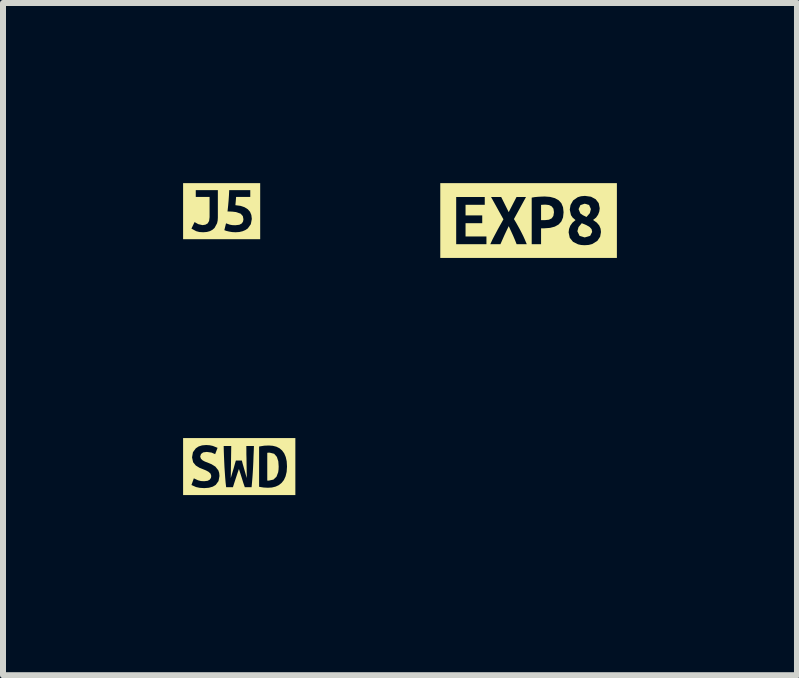
<source format=kicad_pcb>
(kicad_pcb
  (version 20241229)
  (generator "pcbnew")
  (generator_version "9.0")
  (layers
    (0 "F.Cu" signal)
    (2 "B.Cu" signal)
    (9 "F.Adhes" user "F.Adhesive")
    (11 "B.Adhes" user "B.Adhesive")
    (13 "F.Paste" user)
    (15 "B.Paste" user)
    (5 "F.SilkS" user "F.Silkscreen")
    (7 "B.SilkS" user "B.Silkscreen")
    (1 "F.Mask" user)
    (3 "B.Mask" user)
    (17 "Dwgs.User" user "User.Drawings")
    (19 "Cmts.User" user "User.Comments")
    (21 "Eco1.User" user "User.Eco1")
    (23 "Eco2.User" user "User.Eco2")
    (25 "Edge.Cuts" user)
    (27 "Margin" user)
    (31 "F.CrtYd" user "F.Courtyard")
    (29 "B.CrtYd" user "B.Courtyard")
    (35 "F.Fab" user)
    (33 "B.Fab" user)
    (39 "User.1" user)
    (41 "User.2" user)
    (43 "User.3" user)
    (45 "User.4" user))
  (footprint "kibuzzard-631DD065"
    (layer "F.Cu")
    (at 5.755 0.624)
    (property "Reference" "kibuzzard-631DD065" (at 0 -0.623 180) (layer "F.SilkS") (effects (font (size 0.001 0.001) (thickness 0.000003))))
    (attr exclude_from_pos_files exclude_from_bom)
    (fp_poly (pts (xy 0.936 -0.281) (xy 0.864 -0.258) (xy 0.833 -0.191) (xy 0.862 -0.119) (xy 0.903 -0.09) (xy 0.965 -0.06) (xy 1.021 -0.124) (xy 1.038 -0.192) (xy 1.008 -0.259) (xy 0.936 -0.281)) (stroke (width 0) (type solid)) (fill yes) (layer "F.SilkS"))
    (fp_poly (pts (xy 1.059 0.189) (xy 1.05 0.144) (xy 1.019 0.109) (xy 0.965 0.077) (xy 0.886 0.044) (xy 0.832 0.109) (xy 0.813 0.178) (xy 0.849 0.255) (xy 0.935 0.281) (xy 1.026 0.254) (xy 1.059 0.189)) (stroke (width 0) (type solid)) (fill yes) (layer "F.SilkS"))
    (fp_poly (pts (xy 0.286 -0.265) (xy 0.247 -0.264) (xy 0.208 -0.261) (xy 0.208 -0.007) (xy 0.272 -0.007) (xy 0.338 -0.014) (xy 0.385 -0.037) (xy 0.413 -0.077) (xy 0.423 -0.139) (xy 0.414 -0.198) (xy 0.385 -0.236) (xy 0.342 -0.258) (xy 0.286 -0.265)) (stroke (width 0) (type solid)) (fill yes) (layer "F.SilkS"))
    (fp_poly (pts (xy -1.206 -0.623) (xy -1.206 -0.392) (xy -0.73 -0.392) (xy -0.73 -0.262) (xy -1.05 -0.262) (xy -1.05 -0.086) (xy -0.772 -0.086) (xy -0.772 0.044) (xy -1.05 0.044) (xy -1.05 0.265) (xy -0.702 0.265) (xy -0.702 0.394) (xy -1.206 0.394) (xy -1.206 -0.392) (xy -1.206 -0.623) (xy -1.471 -0.623) (xy -1.471 0.623) (xy -0.199 0.394) (xy -0.226 0.326) (xy -0.258 0.251) (xy -0.294 0.172) (xy -0.331 0.093) (xy -0.368 0.17) (xy -0.405 0.249) (xy -0.439 0.326) (xy -0.469 0.394) (xy -0.638 0.394) (xy -0.6 0.312) (xy -0.574 0.262) (xy -0.545 0.208) (xy -0.515 0.151) (xy -0.483 0.093) (xy -0.45 0.035) (xy -0.419 -0.021) (xy -0.625 -0.392) (xy -0.456 -0.392) (xy -0.331 -0.14) (xy -0.201 -0.392) (xy -0.043 -0.392) (xy -0.244 -0.025) (xy -0.21 0.031) (xy -0.177 0.09) (xy -0.145 0.148) (xy -0.115 0.206) (xy -0.088 0.26) (xy -0.065 0.311) (xy -0.03 0.394) (xy -0.199 0.394) (xy -1.471 0.623) (xy -1.206 0.623) (xy 1.206 0.623) (xy 1.192 0.269) (xy 1.145 0.339) (xy 1.06 0.391) (xy 1.002 0.406) (xy 0.932 0.411) (xy 0.875 0.407) (xy 0.824 0.396) (xy 0.74 0.354) (xy 0.686 0.287) (xy 0.667 0.197) (xy 0.674 0.14) (xy 0.695 0.085) (xy 0.731 0.035) (xy 0.782 -0.008) (xy 0.735 -0.048) (xy 0.706 -0.09) (xy 0.686 -0.181) (xy 0.699 -0.26) (xy 0.742 -0.335) (xy 0.819 -0.389) (xy 0.873 -0.405) (xy 0.939 -0.411) (xy 1.04 -0.397) (xy 1.118 -0.355) (xy 1.168 -0.29) (xy 1.185 -0.205) (xy 1.178 -0.151) (xy 1.158 -0.098) (xy 1.124 -0.049) (xy 1.074 -0.01) (xy 1.136 0.034) (xy 1.177 0.082) (xy 1.199 0.134) (xy 1.206 0.191) (xy 1.192 0.269) (xy 1.206 0.623) (xy 1.471 0.623) (xy 1.471 -0.623) (xy 0.268 -0.401) (xy 0.36 -0.394) (xy 0.438 -0.373) (xy 0.5 -0.339) (xy 0.546 -0.289) (xy 0.574 -0.222) (xy 0.583 -0.138) (xy 0.574 -0.052) (xy 0.546 0.015) (xy 0.5 0.066) (xy 0.437 0.101) (xy 0.358 0.122) (xy 0.264 0.129) (xy 0.208 0.129) (xy 0.208 0.394) (xy 0.052 0.394) (xy 0.052 -0.382) (xy 0.104 -0.391) (xy 0.161 -0.396) (xy 0.218 -0.399) (xy 0.268 -0.401) (xy 1.471 -0.623) (xy 1.206 -0.623) (xy -1.206 -0.623)) (stroke (width 0) (type solid)) (fill yes) (layer "F.SilkS")))
  (footprint "kibuzzard-631DCE60"
    (layer "F.Cu")
    (at 0.642 0.468)
    (property "Reference" "kibuzzard-631DCE60" (at 0 -0.467 180) (layer "F.SilkS") (effects (font (size 0.001 0.001) (thickness 0.000003))))
    (attr exclude_from_pos_files exclude_from_bom)
    (fp_poly (pts (xy -0.503 -0.467) (xy -0.431 -0.351) (xy -0.063 -0.351) (xy -0.063 0.107) (xy 0.363 0.134) (xy 0.353 0.082) (xy 0.316 0.041) (xy 0.235 0.014) (xy 0.175 0.007) (xy 0.098 0.004) (xy 0.108 -0.088) (xy 0.116 -0.178) (xy 0.122 -0.266) (xy 0.126 -0.351) (xy 0.477 -0.351) (xy 0.477 -0.238) (xy 0.241 -0.238) (xy 0.235 -0.163) (xy 0.229 -0.1) (xy 0.314 -0.089) (xy 0.382 -0.066) (xy 0.435 -0.033) (xy 0.473 0.01) (xy 0.495 0.064) (xy 0.503 0.129) (xy 0.486 0.217) (xy 0.435 0.288) (xy 0.396 0.314) (xy 0.349 0.334) (xy 0.294 0.347) (xy 0.231 0.351) (xy 0.176 0.348) (xy 0.123 0.339) (xy 0.077 0.328) (xy 0.045 0.316) (xy 0.073 0.202) (xy 0.135 0.224) (xy 0.178 0.232) (xy 0.229 0.234) (xy 0.296 0.226) (xy 0.337 0.203) (xy 0.357 0.171) (xy 0.363 0.134) (xy -0.063 0.107) (xy -0.066 0.155) (xy -0.076 0.201) (xy -0.118 0.279) (xy -0.152 0.309) (xy -0.194 0.332) (xy -0.246 0.346) (xy -0.307 0.351) (xy -0.371 0.347) (xy -0.424 0.333) (xy -0.503 0.29) (xy -0.451 0.181) (xy -0.389 0.216) (xy -0.319 0.232) (xy -0.271 0.225) (xy -0.233 0.204) (xy -0.209 0.163) (xy -0.201 0.099) (xy -0.201 -0.238) (xy -0.431 -0.238) (xy -0.431 -0.351) (xy -0.503 -0.467) (xy -0.642 -0.467) (xy -0.642 0.467) (xy -0.503 0.467) (xy 0.503 0.467) (xy 0.642 0.467) (xy 0.642 -0.467) (xy 0.503 -0.467) (xy -0.503 -0.467)) (stroke (width 0) (type solid)) (fill yes) (layer "F.SilkS")))
  (footprint "kibuzzard-631DD76C"
    (layer "F.Cu")
    (at 0.935 4.722)
    (property "Reference" "kibuzzard-631DD76C" (at 0 -0.475 0) (layer "F.SilkS") (effects (font (size 0.001 0.001) (thickness 0.000003))))
    (attr exclude_from_pos_files exclude_from_bom)
    (fp_poly (pts (xy 0.467 0.233) (xy 0.48 0.234) (xy 0.492 0.234) (xy 0.57 0.217) (xy 0.621 0.168) (xy 0.649 0.094) (xy 0.655 0.049) (xy 0.657 0) (xy 0.651 -0.087) (xy 0.627 -0.161) (xy 0.582 -0.213) (xy 0.507 -0.232) (xy 0.487 -0.232) (xy 0.467 -0.229) (xy 0.467 0.233)) (stroke (width 0) (type solid)) (fill yes) (layer "F.SilkS"))
    (fp_poly (pts (xy -0.796 -0.475) (xy -0.771 -0.239) (xy -0.723 -0.304) (xy -0.676 -0.335) (xy -0.619 -0.353) (xy -0.551 -0.359) (xy -0.491 -0.355) (xy -0.44 -0.344) (xy -0.361 -0.312) (xy -0.401 -0.207) (xy -0.462 -0.233) (xy -0.541 -0.244) (xy -0.601 -0.236) (xy -0.637 -0.209) (xy -0.65 -0.166) (xy -0.638 -0.131) (xy -0.61 -0.104) (xy -0.571 -0.083) (xy -0.528 -0.067) (xy -0.461 -0.039) (xy -0.397 0.001) (xy -0.348 0.063) (xy -0.334 0.105) (xy -0.24 0.095) (xy -0.246 0.007) (xy -0.25 -0.081) (xy -0.254 -0.171) (xy -0.257 -0.259) (xy -0.259 -0.343) (xy -0.133 -0.343) (xy -0.134 -0.277) (xy -0.135 -0.208) (xy -0.136 -0.138) (xy -0.137 -0.068) (xy -0.138 0.000278) (xy -0.139 0.067) (xy -0.14 0.131) (xy -0.141 0.191) (xy -0.118 0.113) (xy -0.093 0.03) (xy -0.072 -0.046) (xy -0.056 -0.1) (xy 0.044 -0.1) (xy 0.057 -0.048) (xy 0.077 0.021) (xy 0.1 0.102) (xy 0.125 0.191) (xy 0.125 0.131) (xy 0.124 0.067) (xy 0.123 0.000417) (xy 0.122 -0.068) (xy 0.121 -0.137) (xy 0.119 -0.207) (xy 0.119 -0.277) (xy 0.118 -0.343) (xy 0.245 -0.343) (xy 0.242 -0.258) (xy 0.238 -0.169) (xy 0.235 -0.08) (xy 0.231 0.008) (xy 0.226 0.096) (xy 0.331 0.337) (xy 0.331 -0.334) (xy 0.418 -0.348) (xy 0.495 -0.351) (xy 0.56 -0.346) (xy 0.619 -0.331) (xy 0.671 -0.305) (xy 0.714 -0.268) (xy 0.749 -0.22) (xy 0.775 -0.159) (xy 0.791 -0.087) (xy 0.796 0) (xy 0.79 0.088) (xy 0.772 0.163) (xy 0.744 0.224) (xy 0.706 0.272) (xy 0.66 0.309) (xy 0.606 0.334) (xy 0.544 0.349) (xy 0.477 0.353) (xy 0.406 0.349) (xy 0.331 0.337) (xy 0.226 0.096) (xy 0.22 0.182) (xy 0.213 0.266) (xy 0.206 0.344) (xy 0.093 0.344) (xy 0.068 0.272) (xy 0.044 0.194) (xy 0.019 0.115) (xy -0.005 0.04) (xy -0.03 0.113) (xy -0.056 0.192) (xy -0.082 0.271) (xy -0.105 0.344) (xy -0.218 0.344) (xy -0.227 0.265) (xy -0.234 0.182) (xy -0.24 0.095) (xy -0.334 0.105) (xy -0.329 0.157) (xy -0.345 0.242) (xy -0.392 0.306) (xy -0.441 0.335) (xy -0.505 0.353) (xy -0.583 0.359) (xy -0.66 0.354) (xy -0.72 0.341) (xy -0.796 0.307) (xy -0.756 0.196) (xy -0.685 0.229) (xy -0.638 0.241) (xy -0.583 0.244) (xy -0.526 0.237) (xy -0.49 0.217) (xy -0.471 0.188) (xy -0.466 0.156) (xy -0.478 0.118) (xy -0.51 0.088) (xy -0.552 0.065) (xy -0.598 0.046) (xy -0.663 0.02) (xy -0.723 -0.017) (xy -0.768 -0.072) (xy -0.786 -0.153) (xy -0.771 -0.239) (xy -0.796 -0.475) (xy -0.935 -0.475) (xy -0.935 0.475) (xy -0.796 0.475) (xy 0.796 0.475) (xy 0.935 0.475) (xy 0.935 -0.475) (xy 0.796 -0.475) (xy -0.796 -0.475)) (stroke (width 0) (type solid)) (fill yes) (layer "F.SilkS")))
  (gr_rect
    (start -3 -3)
    (end 10.226 8.197)
    (stroke (width 0.1) (type default))
    (fill no)
    (layer "Edge.Cuts")))
</source>
